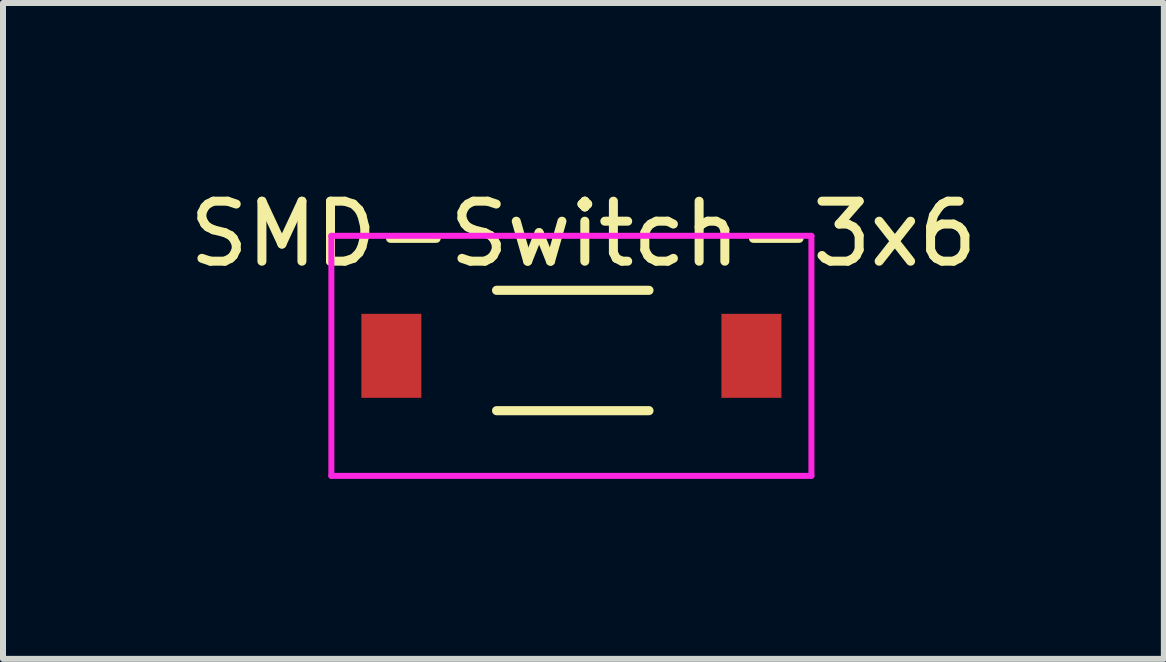
<source format=kicad_pcb>
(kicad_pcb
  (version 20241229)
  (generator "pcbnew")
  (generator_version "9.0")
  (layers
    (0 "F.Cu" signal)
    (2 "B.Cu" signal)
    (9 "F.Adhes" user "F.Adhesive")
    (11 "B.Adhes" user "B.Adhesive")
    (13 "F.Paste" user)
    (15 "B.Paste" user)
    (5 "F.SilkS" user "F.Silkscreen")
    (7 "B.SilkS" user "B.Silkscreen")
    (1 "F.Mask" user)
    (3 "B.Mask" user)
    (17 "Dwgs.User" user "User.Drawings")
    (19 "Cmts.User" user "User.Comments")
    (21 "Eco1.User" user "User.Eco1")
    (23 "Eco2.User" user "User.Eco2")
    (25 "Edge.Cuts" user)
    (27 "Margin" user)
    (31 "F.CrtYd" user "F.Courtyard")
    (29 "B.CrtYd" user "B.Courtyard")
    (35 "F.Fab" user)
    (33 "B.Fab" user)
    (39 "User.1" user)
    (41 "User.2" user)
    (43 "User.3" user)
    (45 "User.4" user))
  (footprint "SMD-Switch-3x6"
    (layer "F.Cu")
    (at 3.472 2.88)
    (property "Reference" "SMD-Switch-3x6" (at 3.2 -2.032 0) (layer "F.SilkS") (effects (font (size 1 1) (thickness 0.15))))
    (attr through_hole)
    (fp_line (start 4.293 -1.092) (end 1.753 -1.092) (stroke (width 0.152) (type solid)) (layer "F.SilkS"))
    (fp_line (start 4.293 0.914) (end 1.753 0.914) (stroke (width 0.152) (type solid)) (layer "F.SilkS"))
    (fp_line (start -1 -2) (end -1 2) (stroke (width 0.1) (type solid)) (layer "F.CrtYd"))
    (fp_line (start -1 2) (end 7 2) (stroke (width 0.1) (type solid)) (layer "F.CrtYd"))
    (fp_line (start 7 -2) (end -1 -2) (stroke (width 0.1) (type solid)) (layer "F.CrtYd"))
    (fp_line (start 7 2) (end 7 -2) (stroke (width 0.1) (type solid)) (layer "F.CrtYd"))
    (pad "1" smd rect (at 0 0) (size 1 1.4) (layers "F.Cu" "F.Mask" "F.Paste"))
    (pad "2" smd rect (at 6 0) (size 1 1.4) (layers "F.Cu" "F.Mask" "F.Paste")))
  (gr_rect
    (start -3 -3)
    (end 16.345 7.93)
    (stroke (width 0.1) (type default))
    (fill no)
    (layer "Edge.Cuts")))
</source>
